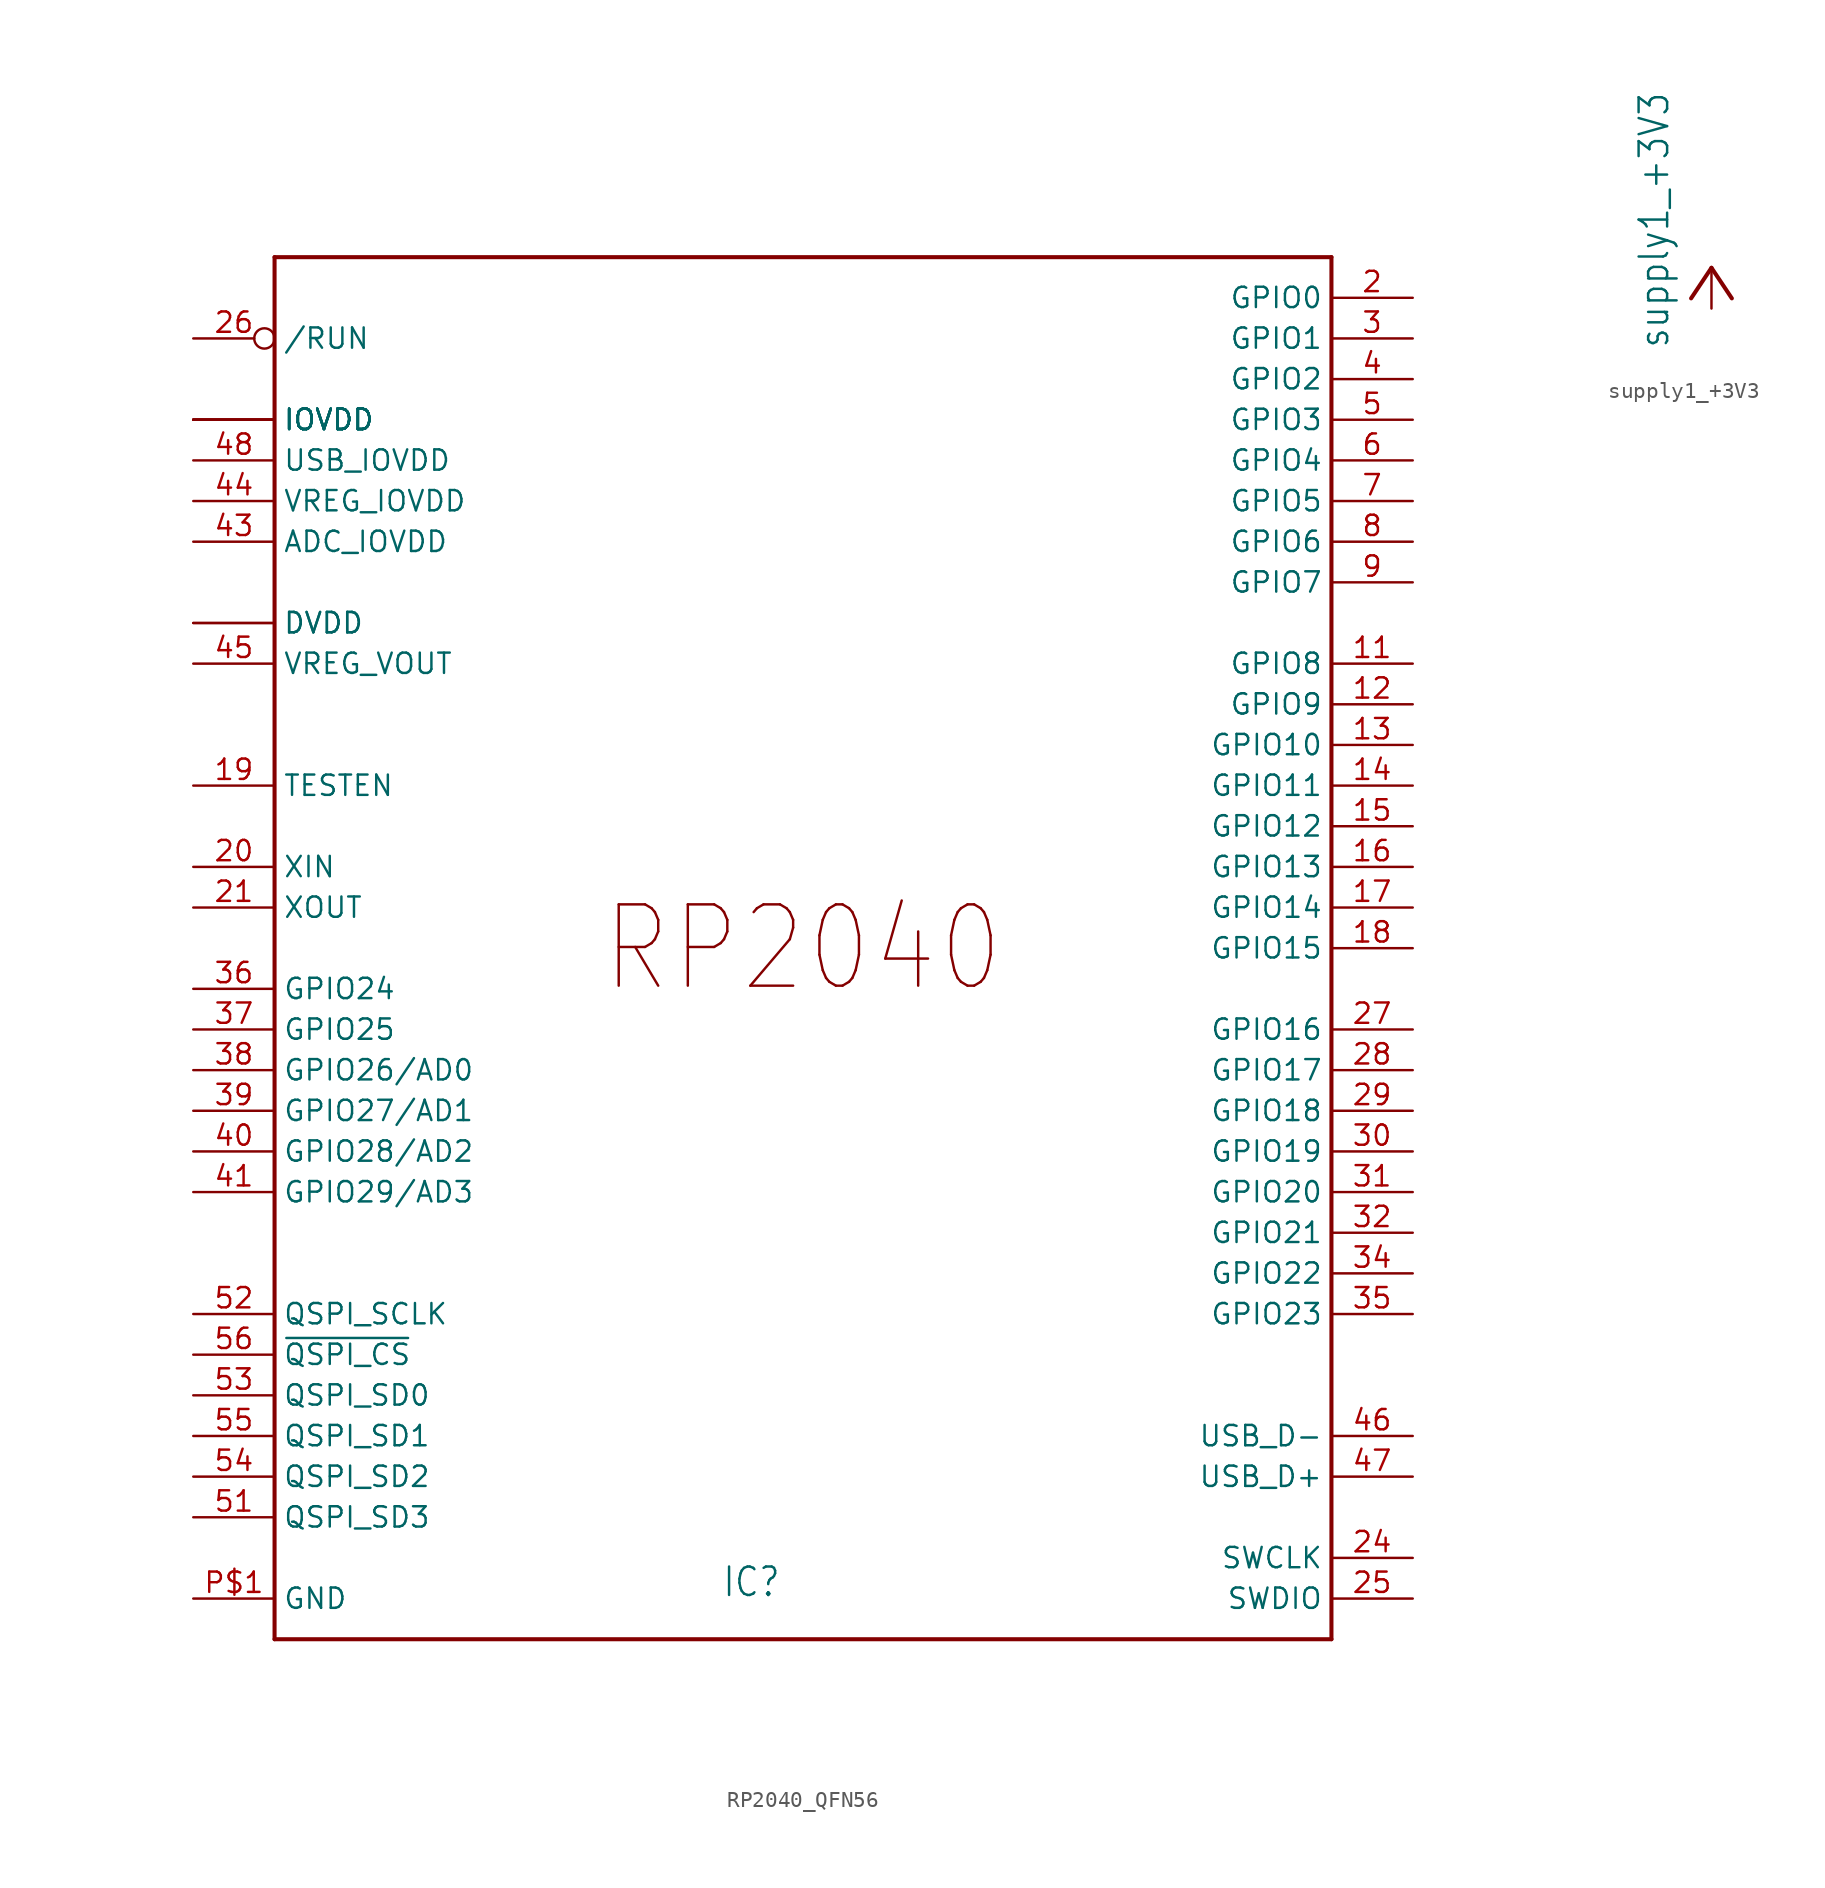
<source format=kicad_sym>
(kicad_symbol_lib
  (version 20220914)
  (generator kicad_symbol_editor)
  (symbol "RP2040_QFN56"
    (property "Reference" "IC"
      (at -5.08 -40.64 0)
      (effects (font (size 1.778 1.511)) (justify left bottom)))
    (property "Value" ""
      (at -27.94 45.72 0)
      (effects (font (size 1.778 1.511)) (justify left bottom)))
    (property "ki_locked" ""
      (at 0 0 0)
      (effects (font (size 1.27 1.27))))
    (symbol "RP2040_QFN56_1_0"
      (polyline (pts (xy -33.02 -43.18) (xy -33.02 43.18)) (stroke (width 0.254) (type solid)) (fill (type none)))
      (polyline (pts (xy -33.02 43.18) (xy 33.02 43.18)) (stroke (width 0.254) (type solid)) (fill (type none)))
      (polyline (pts (xy 33.02 -43.18) (xy -33.02 -43.18)) (stroke (width 0.254) (type solid)) (fill (type none)))
      (polyline (pts (xy 33.02 43.18) (xy 33.02 -43.18)) (stroke (width 0.254) (type solid)) (fill (type none)))
      (text "RP2040" (at 0 0 0) (effects (font (size 5.08 4.318))))
      (pin power_in line (at -38.1 33.02 0) (length 5.08) (name "IOVDD" (effects (font (size 1.27 1.27)))) (number "1" (effects (font (size 0 0)))))
      (pin power_in line (at -38.1 33.02 0) (length 5.08) (name "IOVDD" (effects (font (size 1.27 1.27)))) (number "10" (effects (font (size 0 0)))))
      (pin bidirectional line (at 38.1 17.78 180) (length 5.08) (name "GPIO8" (effects (font (size 1.27 1.27)))) (number "11" (effects (font (size 1.27 1.27)))))
      (pin bidirectional line (at 38.1 15.24 180) (length 5.08) (name "GPIO9" (effects (font (size 1.27 1.27)))) (number "12" (effects (font (size 1.27 1.27)))))
      (pin bidirectional line (at 38.1 12.7 180) (length 5.08) (name "GPIO10" (effects (font (size 1.27 1.27)))) (number "13" (effects (font (size 1.27 1.27)))))
      (pin bidirectional line (at 38.1 10.16 180) (length 5.08) (name "GPIO11" (effects (font (size 1.27 1.27)))) (number "14" (effects (font (size 1.27 1.27)))))
      (pin bidirectional line (at 38.1 7.62 180) (length 5.08) (name "GPIO12" (effects (font (size 1.27 1.27)))) (number "15" (effects (font (size 1.27 1.27)))))
      (pin bidirectional line (at 38.1 5.08 180) (length 5.08) (name "GPIO13" (effects (font (size 1.27 1.27)))) (number "16" (effects (font (size 1.27 1.27)))))
      (pin bidirectional line (at 38.1 2.54 180) (length 5.08) (name "GPIO14" (effects (font (size 1.27 1.27)))) (number "17" (effects (font (size 1.27 1.27)))))
      (pin bidirectional line (at 38.1 0 180) (length 5.08) (name "GPIO15" (effects (font (size 1.27 1.27)))) (number "18" (effects (font (size 1.27 1.27)))))
      (pin input line (at -38.1 10.16 0) (length 5.08) (name "TESTEN" (effects (font (size 1.27 1.27)))) (number "19" (effects (font (size 1.27 1.27)))))
      (pin bidirectional line (at 38.1 40.64 180) (length 5.08) (name "GPIO0" (effects (font (size 1.27 1.27)))) (number "2" (effects (font (size 1.27 1.27)))))
      (pin input line (at -38.1 5.08 0) (length 5.08) (name "XIN" (effects (font (size 1.27 1.27)))) (number "20" (effects (font (size 1.27 1.27)))))
      (pin output line (at -38.1 2.54 0) (length 5.08) (name "XOUT" (effects (font (size 1.27 1.27)))) (number "21" (effects (font (size 1.27 1.27)))))
      (pin power_in line (at -38.1 33.02 0) (length 5.08) (name "IOVDD" (effects (font (size 1.27 1.27)))) (number "22" (effects (font (size 0 0)))))
      (pin power_in line (at -38.1 20.32 0) (length 5.08) (name "DVDD" (effects (font (size 1.27 1.27)))) (number "23" (effects (font (size 0 0)))))
      (pin bidirectional line (at 38.1 -38.1 180) (length 5.08) (name "SWCLK" (effects (font (size 1.27 1.27)))) (number "24" (effects (font (size 1.27 1.27)))))
      (pin bidirectional line (at 38.1 -40.64 180) (length 5.08) (name "SWDIO" (effects (font (size 1.27 1.27)))) (number "25" (effects (font (size 1.27 1.27)))))
      (pin bidirectional inverted (at -38.1 38.1 0) (length 5.08) (name "/RUN" (effects (font (size 1.27 1.27)))) (number "26" (effects (font (size 1.27 1.27)))))
      (pin bidirectional line (at 38.1 -5.08 180) (length 5.08) (name "GPIO16" (effects (font (size 1.27 1.27)))) (number "27" (effects (font (size 1.27 1.27)))))
      (pin bidirectional line (at 38.1 -7.62 180) (length 5.08) (name "GPIO17" (effects (font (size 1.27 1.27)))) (number "28" (effects (font (size 1.27 1.27)))))
      (pin bidirectional line (at 38.1 -10.16 180) (length 5.08) (name "GPIO18" (effects (font (size 1.27 1.27)))) (number "29" (effects (font (size 1.27 1.27)))))
      (pin bidirectional line (at 38.1 38.1 180) (length 5.08) (name "GPIO1" (effects (font (size 1.27 1.27)))) (number "3" (effects (font (size 1.27 1.27)))))
      (pin bidirectional line (at 38.1 -12.7 180) (length 5.08) (name "GPIO19" (effects (font (size 1.27 1.27)))) (number "30" (effects (font (size 1.27 1.27)))))
      (pin bidirectional line (at 38.1 -15.24 180) (length 5.08) (name "GPIO20" (effects (font (size 1.27 1.27)))) (number "31" (effects (font (size 1.27 1.27)))))
      (pin bidirectional line (at 38.1 -17.78 180) (length 5.08) (name "GPIO21" (effects (font (size 1.27 1.27)))) (number "32" (effects (font (size 1.27 1.27)))))
      (pin power_in line (at -38.1 33.02 0) (length 5.08) (name "IOVDD" (effects (font (size 1.27 1.27)))) (number "33" (effects (font (size 0 0)))))
      (pin bidirectional line (at 38.1 -20.32 180) (length 5.08) (name "GPIO22" (effects (font (size 1.27 1.27)))) (number "34" (effects (font (size 1.27 1.27)))))
      (pin bidirectional line (at 38.1 -22.86 180) (length 5.08) (name "GPIO23" (effects (font (size 1.27 1.27)))) (number "35" (effects (font (size 1.27 1.27)))))
      (pin bidirectional line (at -38.1 -2.54 0) (length 5.08) (name "GPIO24" (effects (font (size 1.27 1.27)))) (number "36" (effects (font (size 1.27 1.27)))))
      (pin bidirectional line (at -38.1 -5.08 0) (length 5.08) (name "GPIO25" (effects (font (size 1.27 1.27)))) (number "37" (effects (font (size 1.27 1.27)))))
      (pin bidirectional line (at -38.1 -7.62 0) (length 5.08) (name "GPIO26/AD0" (effects (font (size 1.27 1.27)))) (number "38" (effects (font (size 1.27 1.27)))))
      (pin bidirectional line (at -38.1 -10.16 0) (length 5.08) (name "GPIO27/AD1" (effects (font (size 1.27 1.27)))) (number "39" (effects (font (size 1.27 1.27)))))
      (pin bidirectional line (at 38.1 35.56 180) (length 5.08) (name "GPIO2" (effects (font (size 1.27 1.27)))) (number "4" (effects (font (size 1.27 1.27)))))
      (pin bidirectional line (at -38.1 -12.7 0) (length 5.08) (name "GPIO28/AD2" (effects (font (size 1.27 1.27)))) (number "40" (effects (font (size 1.27 1.27)))))
      (pin bidirectional line (at -38.1 -15.24 0) (length 5.08) (name "GPIO29/AD3" (effects (font (size 1.27 1.27)))) (number "41" (effects (font (size 1.27 1.27)))))
      (pin power_in line (at -38.1 33.02 0) (length 5.08) (name "IOVDD" (effects (font (size 1.27 1.27)))) (number "42" (effects (font (size 0 0)))))
      (pin power_in line (at -38.1 25.4 0) (length 5.08) (name "ADC_IOVDD" (effects (font (size 1.27 1.27)))) (number "43" (effects (font (size 1.27 1.27)))))
      (pin power_in line (at -38.1 27.94 0) (length 5.08) (name "VREG_IOVDD" (effects (font (size 1.27 1.27)))) (number "44" (effects (font (size 1.27 1.27)))))
      (pin power_in line (at -38.1 17.78 0) (length 5.08) (name "VREG_VOUT" (effects (font (size 1.27 1.27)))) (number "45" (effects (font (size 1.27 1.27)))))
      (pin bidirectional line (at 38.1 -30.48 180) (length 5.08) (name "USB_D-" (effects (font (size 1.27 1.27)))) (number "46" (effects (font (size 1.27 1.27)))))
      (pin bidirectional line (at 38.1 -33.02 180) (length 5.08) (name "USB_D+" (effects (font (size 1.27 1.27)))) (number "47" (effects (font (size 1.27 1.27)))))
      (pin power_in line (at -38.1 30.48 0) (length 5.08) (name "USB_IOVDD" (effects (font (size 1.27 1.27)))) (number "48" (effects (font (size 1.27 1.27)))))
      (pin power_in line (at -38.1 33.02 0) (length 5.08) (name "IOVDD" (effects (font (size 1.27 1.27)))) (number "49" (effects (font (size 0 0)))))
      (pin bidirectional line (at 38.1 33.02 180) (length 5.08) (name "GPIO3" (effects (font (size 1.27 1.27)))) (number "5" (effects (font (size 1.27 1.27)))))
      (pin power_in line (at -38.1 20.32 0) (length 5.08) (name "DVDD" (effects (font (size 1.27 1.27)))) (number "50" (effects (font (size 0 0)))))
      (pin bidirectional line (at -38.1 -35.56 0) (length 5.08) (name "QSPI_SD3" (effects (font (size 1.27 1.27)))) (number "51" (effects (font (size 1.27 1.27)))))
      (pin bidirectional line (at -38.1 -22.86 0) (length 5.08) (name "QSPI_SCLK" (effects (font (size 1.27 1.27)))) (number "52" (effects (font (size 1.27 1.27)))))
      (pin bidirectional line (at -38.1 -27.94 0) (length 5.08) (name "QSPI_SD0" (effects (font (size 1.27 1.27)))) (number "53" (effects (font (size 1.27 1.27)))))
      (pin bidirectional line (at -38.1 -33.02 0) (length 5.08) (name "QSPI_SD2" (effects (font (size 1.27 1.27)))) (number "54" (effects (font (size 1.27 1.27)))))
      (pin bidirectional line (at -38.1 -30.48 0) (length 5.08) (name "QSPI_SD1" (effects (font (size 1.27 1.27)))) (number "55" (effects (font (size 1.27 1.27)))))
      (pin bidirectional line (at -38.1 -25.4 0) (length 5.08) (name "~{QSPI_CS}" (effects (font (size 1.27 1.27)))) (number "56" (effects (font (size 1.27 1.27)))))
      (pin bidirectional line (at 38.1 30.48 180) (length 5.08) (name "GPIO4" (effects (font (size 1.27 1.27)))) (number "6" (effects (font (size 1.27 1.27)))))
      (pin bidirectional line (at 38.1 27.94 180) (length 5.08) (name "GPIO5" (effects (font (size 1.27 1.27)))) (number "7" (effects (font (size 1.27 1.27)))))
      (pin bidirectional line (at 38.1 25.4 180) (length 5.08) (name "GPIO6" (effects (font (size 1.27 1.27)))) (number "8" (effects (font (size 1.27 1.27)))))
      (pin bidirectional line (at 38.1 22.86 180) (length 5.08) (name "GPIO7" (effects (font (size 1.27 1.27)))) (number "9" (effects (font (size 1.27 1.27)))))
      (pin power_in line (at -38.1 -40.64 0) (length 5.08) (name "GND" (effects (font (size 1.27 1.27)))) (number "P$1" (effects (font (size 1.27 1.27)))))))
  (symbol "supply1_+3V3"
    (power)
    (property "Reference" "#+3V3"
      (at 0 0 0)
      (effects (font (size 1.27 1.27)) hide))
    (property "Value" "supply1_+3V3"
      (at -2.54 -5.08 90)
      (effects (font (size 1.778 1.511)) (justify left bottom)))
    (property "ki_locked" ""
      (at 0 0 0)
      (effects (font (size 1.27 1.27))))
    (symbol "supply1_+3V3_1_0"
      (polyline (pts (xy 0 0) (xy -1.27 -1.905)) (stroke (width 0.254) (type solid)) (fill (type none)))
      (polyline (pts (xy 1.27 -1.905) (xy 0 0)) (stroke (width 0.254) (type solid)) (fill (type none)))
      (pin power_in line (at 0 -2.54 90) (length 2.54) (name "+3V3" (effects (font (size 0 0)))) (number "1" (effects (font (size 0 0))))))))
</source>
